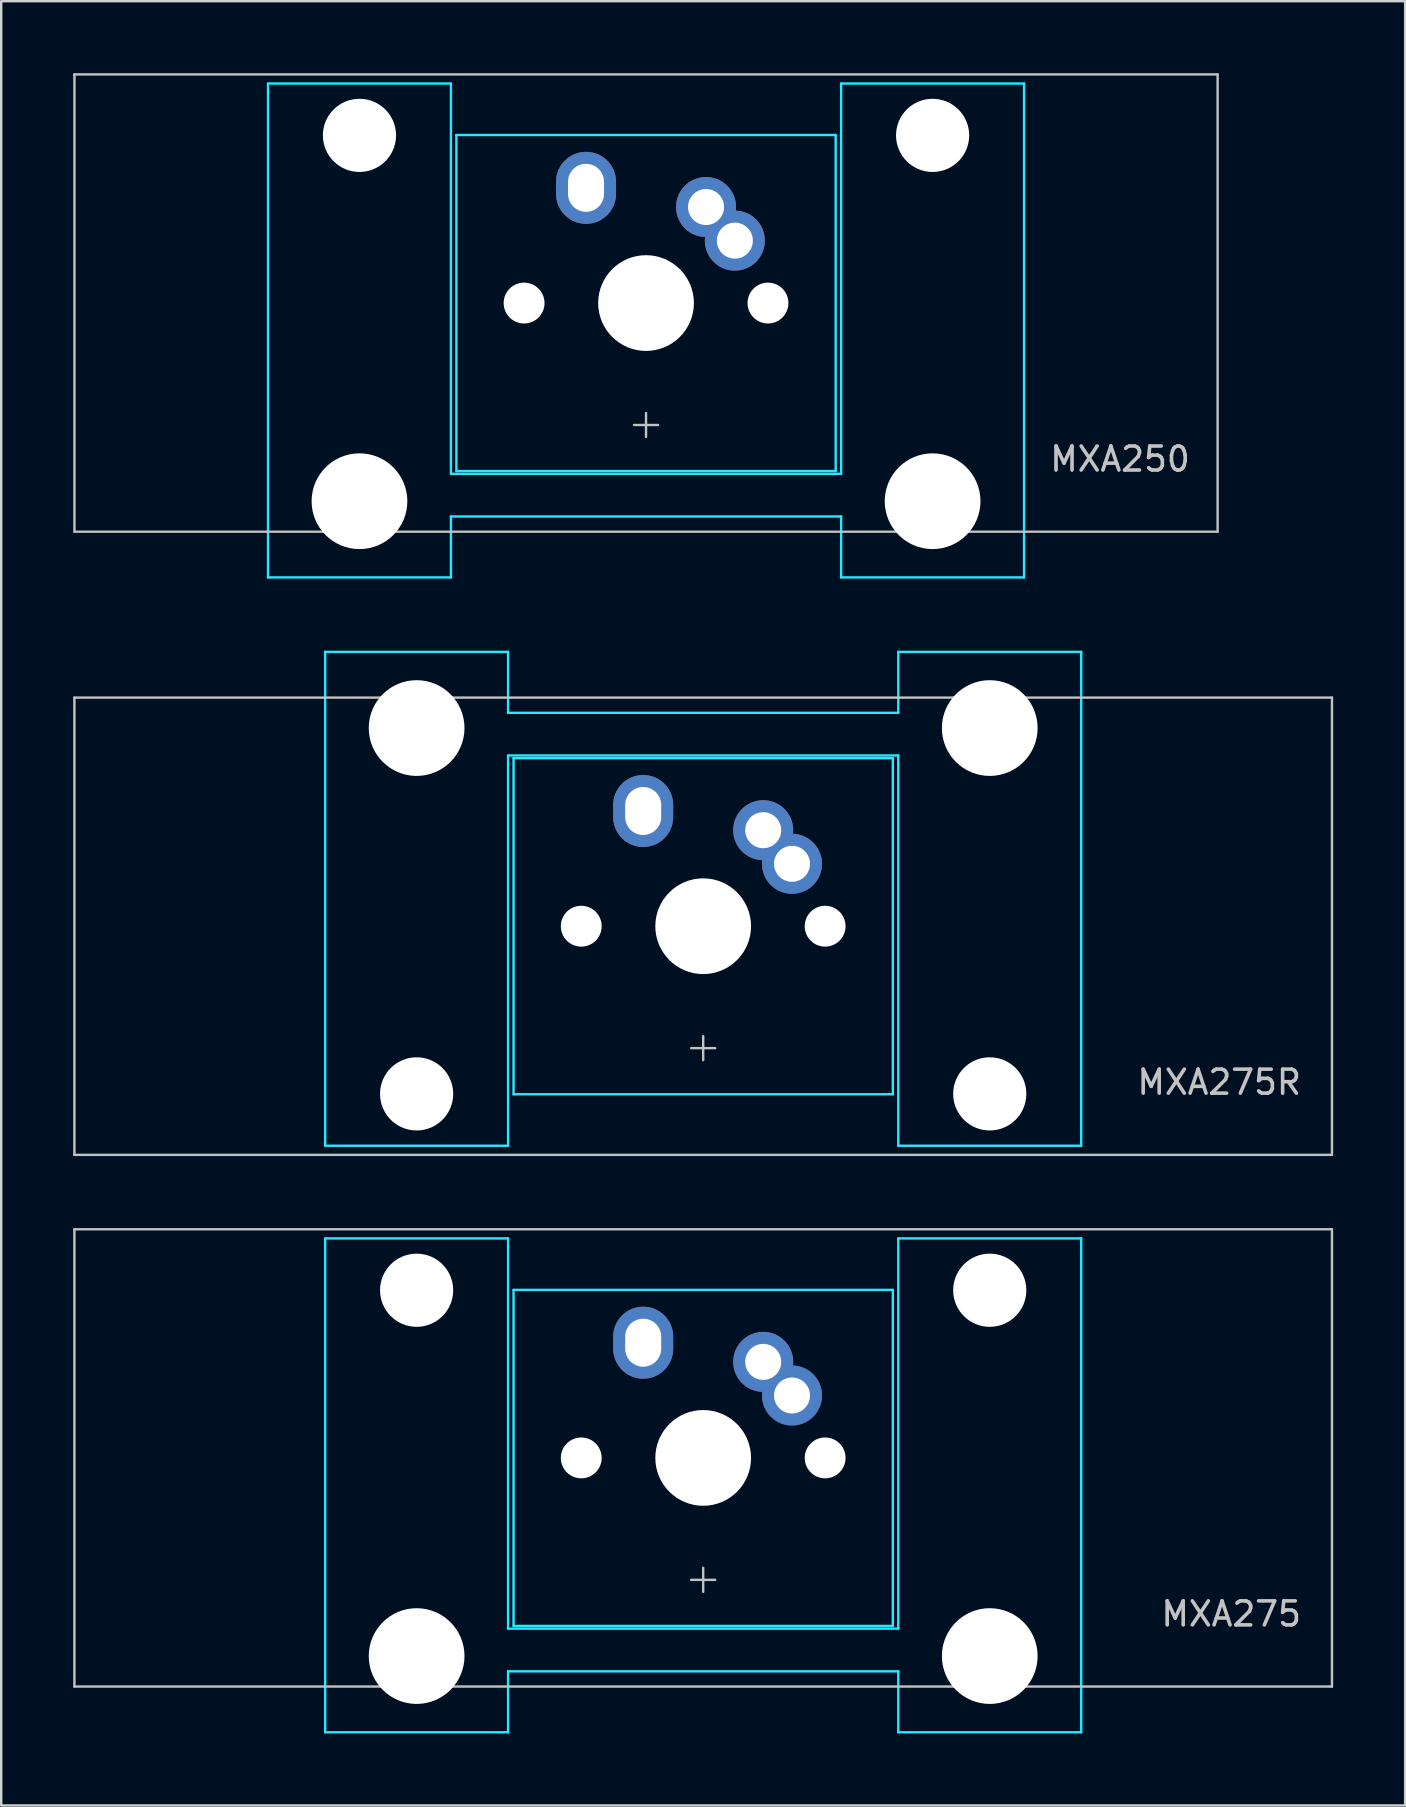
<source format=kicad_pcb>
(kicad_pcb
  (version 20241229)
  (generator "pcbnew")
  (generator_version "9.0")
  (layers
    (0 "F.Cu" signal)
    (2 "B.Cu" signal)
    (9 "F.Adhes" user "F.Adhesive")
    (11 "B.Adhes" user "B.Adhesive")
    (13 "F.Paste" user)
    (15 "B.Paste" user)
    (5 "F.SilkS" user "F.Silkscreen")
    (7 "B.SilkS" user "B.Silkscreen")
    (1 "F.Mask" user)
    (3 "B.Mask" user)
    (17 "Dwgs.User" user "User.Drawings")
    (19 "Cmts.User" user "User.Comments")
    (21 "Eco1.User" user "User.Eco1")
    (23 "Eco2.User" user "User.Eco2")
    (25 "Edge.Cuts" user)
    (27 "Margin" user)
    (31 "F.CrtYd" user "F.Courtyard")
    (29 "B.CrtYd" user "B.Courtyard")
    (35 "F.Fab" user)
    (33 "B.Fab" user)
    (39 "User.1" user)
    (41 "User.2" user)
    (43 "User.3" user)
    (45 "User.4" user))
  (footprint "MXA275"
    (layer "F.Cu")
    (at 26.244 57.685)
    (property "Reference" "MXA275" (at 25 6.5 0) (layer "Dwgs.User") (effects (font (size 1 1) (thickness 0.15)) (justify right)))
    (attr through_hole)
    (fp_line (start -26.194 -9.525) (end -26.194 9.525) (stroke (width 0.1) (type solid)) (layer "Dwgs.User"))
    (fp_line (start -0.5 5.08) (end 0.5 5.08) (stroke (width 0.1) (type solid)) (layer "Dwgs.User"))
    (fp_line (start 0 4.58) (end 0 5.58) (stroke (width 0.1) (type solid)) (layer "Dwgs.User"))
    (fp_line (start 26.194 -9.525) (end -26.194 -9.525) (stroke (width 0.1) (type solid)) (layer "Dwgs.User"))
    (fp_line (start 26.194 -9.525) (end 26.194 9.525) (stroke (width 0.1) (type solid)) (layer "Dwgs.User"))
    (fp_line (start 26.194 9.525) (end -26.194 9.525) (stroke (width 0.1) (type solid)) (layer "Dwgs.User"))
    (fp_line (start -15.748 -9.144) (end -8.128 -9.144) (stroke (width 0.1) (type solid)) (layer "B.CrtYd"))
    (fp_line (start -15.748 11.43) (end -15.748 -9.144) (stroke (width 0.1) (type solid)) (layer "B.CrtYd"))
    (fp_line (start -8.128 -9.144) (end -8.128 7.112) (stroke (width 0.1) (type solid)) (layer "B.CrtYd"))
    (fp_line (start -8.128 7.112) (end 8.128 7.112) (stroke (width 0.1) (type solid)) (layer "B.CrtYd"))
    (fp_line (start -8.128 8.89) (end 8.128 8.89) (stroke (width 0.1) (type solid)) (layer "B.CrtYd"))
    (fp_line (start -8.128 11.43) (end -15.748 11.43) (stroke (width 0.1) (type solid)) (layer "B.CrtYd"))
    (fp_line (start -8.128 11.43) (end -8.128 8.89) (stroke (width 0.1) (type solid)) (layer "B.CrtYd"))
    (fp_line (start -7.9 -7) (end -7.9 7) (stroke (width 0.1) (type solid)) (layer "B.CrtYd"))
    (fp_line (start 7.9 -7) (end -7.9 -7) (stroke (width 0.1) (type solid)) (layer "B.CrtYd"))
    (fp_line (start 7.9 -7) (end 7.9 7) (stroke (width 0.1) (type solid)) (layer "B.CrtYd"))
    (fp_line (start 7.9 7) (end -7.9 7) (stroke (width 0.1) (type solid)) (layer "B.CrtYd"))
    (fp_line (start 8.128 -9.144) (end 8.128 7.112) (stroke (width 0.1) (type solid)) (layer "B.CrtYd"))
    (fp_line (start 8.128 -9.144) (end 15.748 -9.144) (stroke (width 0.1) (type solid)) (layer "B.CrtYd"))
    (fp_line (start 8.128 11.43) (end 8.128 8.89) (stroke (width 0.1) (type solid)) (layer "B.CrtYd"))
    (fp_line (start 15.748 -9.144) (end 15.748 11.43) (stroke (width 0.1) (type solid)) (layer "B.CrtYd"))
    (fp_line (start 15.748 11.43) (end 8.128 11.43) (stroke (width 0.1) (type solid)) (layer "B.CrtYd"))
    (pad "" np_thru_hole circle (at -11.938 -6.985 180) (size 3.048 3.048) (drill 3.048) (layers "*.Cu" "*.Mask"))
    (pad "" np_thru_hole circle (at -11.938 8.255 180) (size 3.988 3.988) (drill 3.988) (layers "*.Cu" "*.Mask"))
    (pad "" np_thru_hole circle (at -5.08 0) (size 1.702 1.702) (drill 1.702) (layers "*.Cu" "*.Mask"))
    (pad "" smd oval (at -2.5 -4.8) (size 1.4 1.9) (layers "B.Mask"))
    (pad "" np_thru_hole circle (at 0 0) (size 3.988 3.988) (drill 3.988) (layers "*.Cu" "*.Mask"))
    (pad "" smd circle (at 2.5 -4 45) (size 1.4 1.4) (layers "B.Mask"))
    (pad "" smd circle (at 3.7 -2.6 45) (size 1.4 1.4) (layers "B.Mask"))
    (pad "" np_thru_hole circle (at 5.08 0) (size 1.702 1.702) (drill 1.702) (layers "*.Cu" "*.Mask"))
    (pad "" np_thru_hole circle (at 11.938 -6.985 180) (size 3.048 3.048) (drill 3.048) (layers "*.Cu" "*.Mask"))
    (pad "" np_thru_hole circle (at 11.938 8.255 180) (size 3.988 3.988) (drill 3.988) (layers "*.Cu" "*.Mask"))
    (pad "1" thru_hole oval (at -2.5 -4.8) (size 2.5 3) (drill oval 1.5 2) (layers "*.Cu" "F.Mask"))
    (pad "2" thru_hole circle (at 2.5 -4 45) (size 2.5 2.5) (drill 1.5) (layers "*.Cu" "F.Mask"))
    (pad "2" thru_hole circle (at 3.7 -2.6 45) (size 2.5 2.5) (drill 1.5) (layers "*.Cu" "F.Mask")))
  (footprint "MXA250"
    (layer "F.Cu")
    (at 23.863 9.575)
    (property "Reference" "MXA250" (at 22.75 6.5 0) (layer "Dwgs.User") (effects (font (size 1 1) (thickness 0.15)) (justify right)))
    (attr through_hole)
    (fp_line (start -23.812 -9.525) (end -23.812 9.525) (stroke (width 0.1) (type solid)) (layer "Dwgs.User"))
    (fp_line (start -0.5 5.08) (end 0.5 5.08) (stroke (width 0.1) (type solid)) (layer "Dwgs.User"))
    (fp_line (start 0 4.58) (end 0 5.58) (stroke (width 0.1) (type solid)) (layer "Dwgs.User"))
    (fp_line (start 23.812 -9.525) (end -23.812 -9.525) (stroke (width 0.1) (type solid)) (layer "Dwgs.User"))
    (fp_line (start 23.812 -9.525) (end 23.812 9.525) (stroke (width 0.1) (type solid)) (layer "Dwgs.User"))
    (fp_line (start 23.812 9.525) (end -23.812 9.525) (stroke (width 0.1) (type solid)) (layer "Dwgs.User"))
    (fp_line (start -15.748 -9.144) (end -8.128 -9.144) (stroke (width 0.1) (type solid)) (layer "B.CrtYd"))
    (fp_line (start -15.748 11.43) (end -15.748 -9.144) (stroke (width 0.1) (type solid)) (layer "B.CrtYd"))
    (fp_line (start -8.128 -9.144) (end -8.128 7.112) (stroke (width 0.1) (type solid)) (layer "B.CrtYd"))
    (fp_line (start -8.128 7.112) (end 8.128 7.112) (stroke (width 0.1) (type solid)) (layer "B.CrtYd"))
    (fp_line (start -8.128 8.89) (end 8.128 8.89) (stroke (width 0.1) (type solid)) (layer "B.CrtYd"))
    (fp_line (start -8.128 11.43) (end -15.748 11.43) (stroke (width 0.1) (type solid)) (layer "B.CrtYd"))
    (fp_line (start -8.128 11.43) (end -8.128 8.89) (stroke (width 0.1) (type solid)) (layer "B.CrtYd"))
    (fp_line (start -7.9 -7) (end -7.9 7) (stroke (width 0.1) (type solid)) (layer "B.CrtYd"))
    (fp_line (start 7.9 -7) (end -7.9 -7) (stroke (width 0.1) (type solid)) (layer "B.CrtYd"))
    (fp_line (start 7.9 -7) (end 7.9 7) (stroke (width 0.1) (type solid)) (layer "B.CrtYd"))
    (fp_line (start 7.9 7) (end -7.9 7) (stroke (width 0.1) (type solid)) (layer "B.CrtYd"))
    (fp_line (start 8.128 -9.144) (end 8.128 7.112) (stroke (width 0.1) (type solid)) (layer "B.CrtYd"))
    (fp_line (start 8.128 -9.144) (end 15.748 -9.144) (stroke (width 0.1) (type solid)) (layer "B.CrtYd"))
    (fp_line (start 8.128 11.43) (end 8.128 8.89) (stroke (width 0.1) (type solid)) (layer "B.CrtYd"))
    (fp_line (start 15.748 -9.144) (end 15.748 11.43) (stroke (width 0.1) (type solid)) (layer "B.CrtYd"))
    (fp_line (start 15.748 11.43) (end 8.128 11.43) (stroke (width 0.1) (type solid)) (layer "B.CrtYd"))
    (pad "" np_thru_hole circle (at -11.938 -6.985 180) (size 3.048 3.048) (drill 3.048) (layers "*.Cu" "*.Mask"))
    (pad "" np_thru_hole circle (at -11.938 8.255 180) (size 3.988 3.988) (drill 3.988) (layers "*.Cu" "*.Mask"))
    (pad "" np_thru_hole circle (at -5.08 0) (size 1.702 1.702) (drill 1.702) (layers "*.Cu" "*.Mask"))
    (pad "" smd oval (at -2.5 -4.8) (size 1.4 1.9) (layers "B.Mask"))
    (pad "" np_thru_hole circle (at 0 0) (size 3.988 3.988) (drill 3.988) (layers "*.Cu" "*.Mask"))
    (pad "" smd circle (at 2.5 -4 45) (size 1.4 1.4) (layers "B.Mask"))
    (pad "" smd circle (at 3.7 -2.6 45) (size 1.4 1.4) (layers "B.Mask"))
    (pad "" np_thru_hole circle (at 5.08 0) (size 1.702 1.702) (drill 1.702) (layers "*.Cu" "*.Mask"))
    (pad "" np_thru_hole circle (at 11.938 -6.985 180) (size 3.048 3.048) (drill 3.048) (layers "*.Cu" "*.Mask"))
    (pad "" np_thru_hole circle (at 11.938 8.255 180) (size 3.988 3.988) (drill 3.988) (layers "*.Cu" "*.Mask"))
    (pad "1" thru_hole oval (at -2.5 -4.8) (size 2.5 3) (drill oval 1.5 2) (layers "*.Cu" "F.Mask"))
    (pad "2" thru_hole circle (at 2.5 -4 45) (size 2.5 2.5) (drill 1.5) (layers "*.Cu" "F.Mask"))
    (pad "2" thru_hole circle (at 3.7 -2.6 45) (size 2.5 2.5) (drill 1.5) (layers "*.Cu" "F.Mask")))
  (footprint "MXA275R"
    (layer "F.Cu")
    (at 26.244 35.535)
    (property "Reference" "MXA275R" (at 25 6.5 0) (layer "Dwgs.User") (effects (font (size 1 1) (thickness 0.15)) (justify right)))
    (attr through_hole)
    (fp_line (start -26.194 -9.525) (end -26.194 9.525) (stroke (width 0.1) (type solid)) (layer "Dwgs.User"))
    (fp_line (start -0.5 5.08) (end 0.5 5.08) (stroke (width 0.1) (type solid)) (layer "Dwgs.User"))
    (fp_line (start 0 4.58) (end 0 5.58) (stroke (width 0.1) (type solid)) (layer "Dwgs.User"))
    (fp_line (start 26.194 -9.525) (end -26.194 -9.525) (stroke (width 0.1) (type solid)) (layer "Dwgs.User"))
    (fp_line (start 26.194 -9.525) (end 26.194 9.525) (stroke (width 0.1) (type solid)) (layer "Dwgs.User"))
    (fp_line (start 26.194 9.525) (end -26.194 9.525) (stroke (width 0.1) (type solid)) (layer "Dwgs.User"))
    (fp_line (start -15.748 -11.43) (end -8.128 -11.43) (stroke (width 0.1) (type solid)) (layer "B.CrtYd"))
    (fp_line (start -15.748 9.144) (end -15.748 -11.43) (stroke (width 0.1) (type solid)) (layer "B.CrtYd"))
    (fp_line (start -8.128 -11.43) (end -8.128 -8.89) (stroke (width 0.1) (type solid)) (layer "B.CrtYd"))
    (fp_line (start -8.128 9.144) (end -15.748 9.144) (stroke (width 0.1) (type solid)) (layer "B.CrtYd"))
    (fp_line (start -8.128 9.144) (end -8.128 -7.112) (stroke (width 0.1) (type solid)) (layer "B.CrtYd"))
    (fp_line (start -7.9 -7) (end 7.9 -7) (stroke (width 0.1) (type solid)) (layer "B.CrtYd"))
    (fp_line (start -7.9 7) (end -7.9 -7) (stroke (width 0.1) (type solid)) (layer "B.CrtYd"))
    (fp_line (start -7.9 7) (end 7.9 7) (stroke (width 0.1) (type solid)) (layer "B.CrtYd"))
    (fp_line (start 7.9 7) (end 7.9 -7) (stroke (width 0.1) (type solid)) (layer "B.CrtYd"))
    (fp_line (start 8.128 -11.43) (end 8.128 -8.89) (stroke (width 0.1) (type solid)) (layer "B.CrtYd"))
    (fp_line (start 8.128 -11.43) (end 15.748 -11.43) (stroke (width 0.1) (type solid)) (layer "B.CrtYd"))
    (fp_line (start 8.128 -8.89) (end -8.128 -8.89) (stroke (width 0.1) (type solid)) (layer "B.CrtYd"))
    (fp_line (start 8.128 -7.112) (end -8.128 -7.112) (stroke (width 0.1) (type solid)) (layer "B.CrtYd"))
    (fp_line (start 8.128 9.144) (end 8.128 -7.112) (stroke (width 0.1) (type solid)) (layer "B.CrtYd"))
    (fp_line (start 15.748 -11.43) (end 15.748 9.144) (stroke (width 0.1) (type solid)) (layer "B.CrtYd"))
    (fp_line (start 15.748 9.144) (end 8.128 9.144) (stroke (width 0.1) (type solid)) (layer "B.CrtYd"))
    (pad "" np_thru_hole circle (at -11.938 -8.255) (size 3.988 3.988) (drill 3.988) (layers "*.Cu" "*.Mask"))
    (pad "" np_thru_hole circle (at -11.938 6.985) (size 3.048 3.048) (drill 3.048) (layers "*.Cu" "*.Mask"))
    (pad "" np_thru_hole circle (at -5.08 0) (size 1.702 1.702) (drill 1.702) (layers "*.Cu" "*.Mask"))
    (pad "" smd oval (at -2.5 -4.8) (size 1.4 1.9) (layers "B.Mask"))
    (pad "" np_thru_hole circle (at 0 0) (size 3.988 3.988) (drill 3.988) (layers "*.Cu" "*.Mask"))
    (pad "" smd circle (at 2.5 -4 45) (size 1.4 1.4) (layers "B.Mask"))
    (pad "" smd circle (at 3.7 -2.6 45) (size 1.4 1.4) (layers "B.Mask"))
    (pad "" np_thru_hole circle (at 5.08 0) (size 1.702 1.702) (drill 1.702) (layers "*.Cu" "*.Mask"))
    (pad "" np_thru_hole circle (at 11.938 -8.255) (size 3.988 3.988) (drill 3.988) (layers "*.Cu" "*.Mask"))
    (pad "" np_thru_hole circle (at 11.938 6.985) (size 3.048 3.048) (drill 3.048) (layers "*.Cu" "*.Mask"))
    (pad "1" thru_hole oval (at -2.5 -4.8) (size 2.5 3) (drill oval 1.5 2) (layers "*.Cu" "F.Mask"))
    (pad "2" thru_hole circle (at 2.5 -4 45) (size 2.5 2.5) (drill 1.5) (layers "*.Cu" "F.Mask"))
    (pad "2" thru_hole circle (at 3.7 -2.6 45) (size 2.5 2.5) (drill 1.5) (layers "*.Cu" "F.Mask")))
  (gr_rect
    (start -3 -3)
    (end 55.487 72.165)
    (stroke (width 0.1) (type default))
    (fill no)
    (layer "Edge.Cuts")))
</source>
